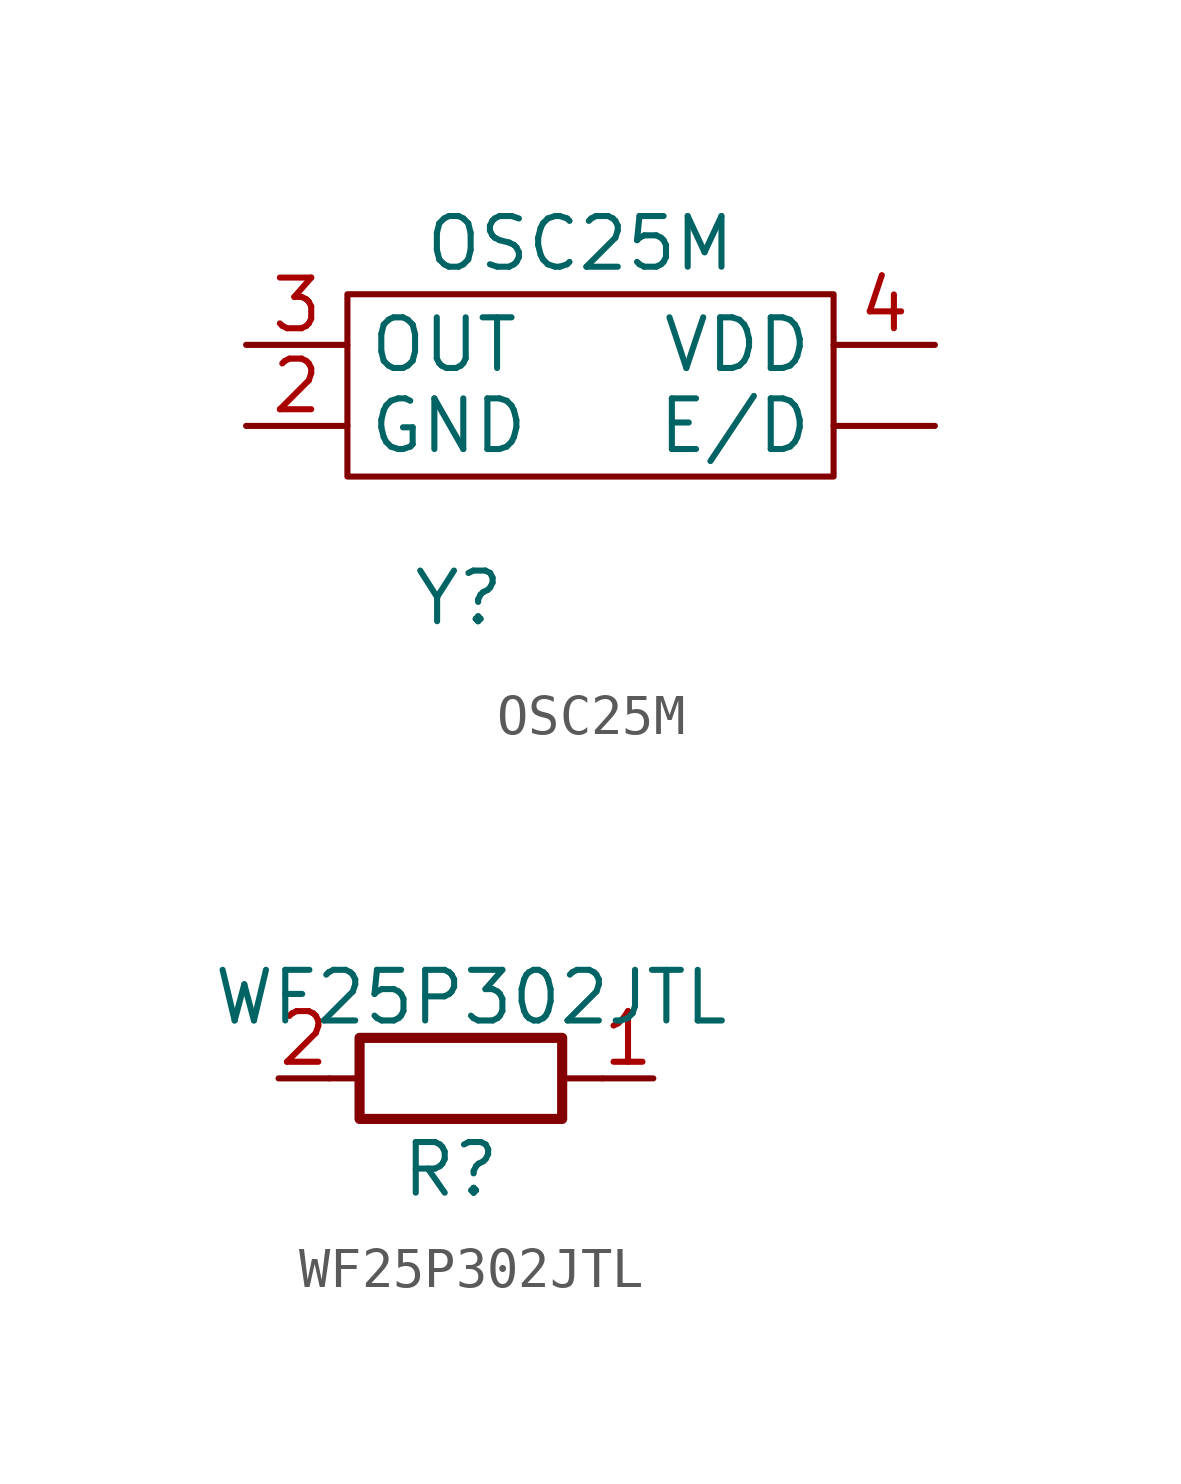
<source format=kicad_sym>
(kicad_symbol_lib
  (version 20211014)
  (generator kicad_symbol_editor)
  (symbol "OSC25M"
    (property "Reference" "Y"
      (at 0.254 -5.334 0)
      (effects (font (size 1.27 1.27))))
    (property "Value" "OSC25M"
      (at 3.302 3.556 0)
      (effects (font (size 1.27 1.27))))
    (symbol "OSC25M_0_1"
      (rectangle (start -2.54 2.286) (end 9.652 -2.286) (stroke (width 0) (type default) (color 0 0 0 0)) (fill (type none))))
    (symbol "OSC25M_1_1"
      (pin output line (at 12.192 -1.016 180) (length 2.54) (name "E/D" (effects (font (size 1.27 1.27)))) (number "" (effects (font (size 1.27 1.27)))))
      (pin input line (at -5.08 -1.016 0) (length 2.54) (name "GND" (effects (font (size 1.27 1.27)))) (number "2" (effects (font (size 1.27 1.27)))))
      (pin output line (at -5.08 1.016 0) (length 2.54) (name "OUT" (effects (font (size 1.27 1.27)))) (number "3" (effects (font (size 1.27 1.27)))))
      (pin input line (at 12.192 1.016 180) (length 2.54) (name "VDD" (effects (font (size 1.27 1.27)))) (number "4" (effects (font (size 1.27 1.27)))))))
  (symbol "WF25P302JTL"
    (property "Reference" "R"
      (at -0.254 -2.286 0)
      (effects (font (size 1.27 1.27))))
    (property "Value" "WF25P302JTL"
      (at 0.254 2.032 0)
      (effects (font (size 1.27 1.27))))
    (symbol "WF25P302JTL_0_1"
      (rectangle (start -2.54 1.016) (end 2.54 -1.016) (stroke (width 0.254) (type default) (color 0 0 0 0)) (fill (type none)))
      (polyline (pts (xy -3.302 0) (xy -2.54 0)) (stroke (width 0) (type default) (color 0 0 0 0)) (fill (type none)))
      (polyline (pts (xy 3.556 0) (xy 2.54 0)) (stroke (width 0) (type default) (color 0 0 0 0)) (fill (type none))))
    (symbol "WF25P302JTL_1_1"
      (pin passive line (at 4.826 0 180) (length 1.27) (name "~" (effects (font (size 1.27 1.27)))) (number "1" (effects (font (size 1.27 1.27)))))
      (pin passive line (at -4.572 0 0) (length 1.27) (name "~" (effects (font (size 1.27 1.27)))) (number "2" (effects (font (size 1.27 1.27))))))))
</source>
